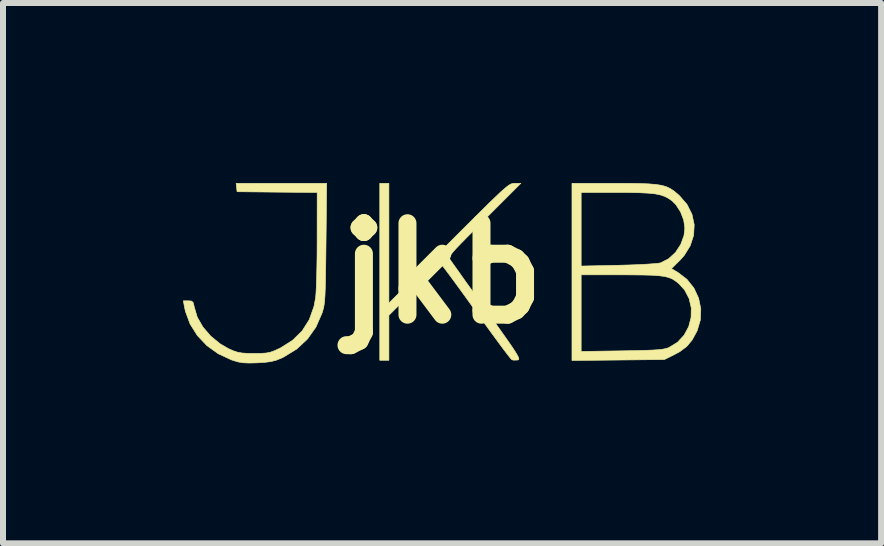
<source format=kicad_pcb>
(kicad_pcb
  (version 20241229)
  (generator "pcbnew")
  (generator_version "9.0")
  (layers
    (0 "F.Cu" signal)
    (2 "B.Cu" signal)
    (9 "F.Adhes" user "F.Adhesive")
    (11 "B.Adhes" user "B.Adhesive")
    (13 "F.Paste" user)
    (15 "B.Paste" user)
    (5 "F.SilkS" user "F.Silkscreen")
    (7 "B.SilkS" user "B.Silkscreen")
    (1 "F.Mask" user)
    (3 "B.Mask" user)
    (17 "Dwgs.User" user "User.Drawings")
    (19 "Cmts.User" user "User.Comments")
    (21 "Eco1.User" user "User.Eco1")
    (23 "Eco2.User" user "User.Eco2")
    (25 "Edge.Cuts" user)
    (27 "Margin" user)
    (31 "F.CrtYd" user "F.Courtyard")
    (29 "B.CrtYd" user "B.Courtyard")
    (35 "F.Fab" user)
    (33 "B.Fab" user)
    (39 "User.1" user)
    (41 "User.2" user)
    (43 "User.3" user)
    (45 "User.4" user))
  (footprint "jkb"
    (layer "F.Cu")
    (at 4.321 1.505)
    (property "Reference" "jkb" (at 0 0 0) (layer "F.SilkS") (effects (font (size 1.524 1.524) (thickness 0.3))))
    (attr through_hole)
    (fp_poly (pts (xy -1.938 -0.502) (xy -1.941 -0.249) (xy -1.944 -0.041) (xy -1.947 0.128) (xy -1.951 0.262) (xy -1.955 0.367) (xy -1.961 0.45) (xy -1.968 0.514) (xy -1.977 0.567) (xy -1.989 0.613) (xy -2.002 0.658) (xy -2.005 0.665) (xy -2.106 0.896) (xy -2.247 1.095) (xy -2.426 1.262) (xy -2.642 1.394) (xy -2.683 1.414) (xy -2.771 1.449) (xy -2.858 1.471) (xy -2.962 1.484) (xy -3.089 1.492) (xy -3.218 1.495) (xy -3.315 1.491) (xy -3.397 1.478) (xy -3.482 1.453) (xy -3.515 1.442) (xy -3.733 1.341) (xy -3.924 1.204) (xy -4.082 1.037) (xy -4.203 0.845) (xy -4.281 0.634) (xy -4.294 0.574) (xy -4.316 0.458) (xy -4.233 0.458) (xy -4.18 0.462) (xy -4.153 0.485) (xy -4.138 0.54) (xy -4.134 0.561) (xy -4.084 0.73) (xy -3.99 0.894) (xy -3.861 1.045) (xy -3.705 1.173) (xy -3.566 1.254) (xy -3.481 1.292) (xy -3.411 1.315) (xy -3.338 1.328) (xy -3.245 1.334) (xy -3.139 1.335) (xy -3.019 1.334) (xy -2.933 1.328) (xy -2.863 1.314) (xy -2.793 1.288) (xy -2.705 1.247) (xy -2.691 1.24) (xy -2.495 1.116) (xy -2.336 0.96) (xy -2.217 0.772) (xy -2.139 0.553) (xy -2.111 0.405) (xy -2.105 0.332) (xy -2.099 0.215) (xy -2.094 0.064) (xy -2.09 -0.112) (xy -2.087 -0.307) (xy -2.086 -0.511) (xy -2.086 -0.565) (xy -2.085 -1.347) (xy -2.752 -1.353) (xy -3.42 -1.36) (xy -3.428 -1.43) (xy -3.436 -1.5) (xy -1.927 -1.5) (xy -1.938 -0.502)) (stroke (width 0.01) (type solid)) (fill yes) (layer "F.SilkS"))
    (fp_poly (pts (xy -0.89 0.496) (xy 0.108 -0.502) (xy 0.323 -0.717) (xy 0.505 -0.898) (xy 0.657 -1.049) (xy 0.782 -1.173) (xy 0.884 -1.271) (xy 0.965 -1.348) (xy 1.029 -1.405) (xy 1.078 -1.446) (xy 1.116 -1.473) (xy 1.146 -1.489) (xy 1.17 -1.497) (xy 1.192 -1.5) (xy 1.208 -1.5) (xy 1.309 -1.5) (xy 0.701 -0.892) (xy 0.538 -0.728) (xy 0.407 -0.596) (xy 0.305 -0.492) (xy 0.229 -0.413) (xy 0.176 -0.353) (xy 0.142 -0.31) (xy 0.125 -0.28) (xy 0.12 -0.257) (xy 0.124 -0.24) (xy 0.133 -0.224) (xy 0.156 -0.191) (xy 0.206 -0.121) (xy 0.278 -0.02) (xy 0.369 0.109) (xy 0.476 0.258) (xy 0.595 0.425) (xy 0.723 0.604) (xy 0.746 0.636) (xy 0.891 0.839) (xy 1.009 1.005) (xy 1.102 1.137) (xy 1.172 1.239) (xy 1.222 1.316) (xy 1.255 1.371) (xy 1.272 1.407) (xy 1.276 1.429) (xy 1.27 1.44) (xy 1.256 1.445) (xy 1.255 1.445) (xy 1.193 1.447) (xy 1.159 1.441) (xy 1.138 1.418) (xy 1.091 1.359) (xy 1.021 1.267) (xy 0.932 1.147) (xy 0.827 1.004) (xy 0.71 0.843) (xy 0.584 0.668) (xy 0.562 0.638) (xy 0.436 0.462) (xy 0.318 0.299) (xy 0.213 0.155) (xy 0.123 0.033) (xy 0.052 -0.062) (xy 0.003 -0.125) (xy -0.02 -0.152) (xy -0.021 -0.153) (xy -0.043 -0.135) (xy -0.096 -0.087) (xy -0.174 -0.012) (xy -0.273 0.083) (xy -0.386 0.195) (xy -0.464 0.274) (xy -0.89 0.7) (xy -0.89 1.449) (xy -1.042 1.449) (xy -1.042 -1.5) (xy -0.89 -1.5) (xy -0.89 0.496)) (stroke (width 0.01) (type solid)) (fill yes) (layer "F.SilkS"))
    (fp_poly (pts (xy 3.091 -1.5) (xy 3.283 -1.497) (xy 3.436 -1.491) (xy 3.558 -1.481) (xy 3.655 -1.466) (xy 3.732 -1.444) (xy 3.798 -1.413) (xy 3.858 -1.374) (xy 3.918 -1.324) (xy 3.951 -1.295) (xy 4.079 -1.147) (xy 4.161 -0.983) (xy 4.198 -0.81) (xy 4.188 -0.633) (xy 4.132 -0.46) (xy 4.031 -0.297) (xy 3.965 -0.223) (xy 3.819 -0.078) (xy 3.928 -0.014) (xy 4.078 0.101) (xy 4.194 0.247) (xy 4.271 0.413) (xy 4.308 0.592) (xy 4.301 0.776) (xy 4.248 0.955) (xy 4.243 0.966) (xy 4.164 1.11) (xy 4.075 1.218) (xy 3.96 1.304) (xy 3.87 1.353) (xy 3.701 1.437) (xy 2.161 1.453) (xy 2.161 0.025) (xy 2.314 0.025) (xy 2.314 1.302) (xy 2.994 1.292) (xy 3.205 1.288) (xy 3.372 1.284) (xy 3.501 1.279) (xy 3.598 1.273) (xy 3.67 1.265) (xy 3.723 1.254) (xy 3.764 1.242) (xy 3.776 1.237) (xy 3.92 1.149) (xy 4.03 1.03) (xy 4.106 0.889) (xy 4.146 0.735) (xy 4.149 0.576) (xy 4.113 0.42) (xy 4.038 0.277) (xy 3.939 0.169) (xy 3.888 0.129) (xy 3.837 0.096) (xy 3.78 0.072) (xy 3.71 0.053) (xy 3.62 0.041) (xy 3.504 0.032) (xy 3.356 0.028) (xy 3.169 0.026) (xy 2.978 0.025) (xy 2.314 0.025) (xy 2.161 0.025) (xy 2.161 -1.348) (xy 2.314 -1.348) (xy 2.314 -0.121) (xy 2.93 -0.134) (xy 3.108 -0.139) (xy 3.272 -0.145) (xy 3.417 -0.153) (xy 3.532 -0.161) (xy 3.61 -0.169) (xy 3.636 -0.174) (xy 3.769 -0.241) (xy 3.885 -0.347) (xy 3.973 -0.48) (xy 4.028 -0.63) (xy 4.042 -0.751) (xy 4.023 -0.888) (xy 3.97 -1.025) (xy 3.892 -1.145) (xy 3.825 -1.211) (xy 3.766 -1.251) (xy 3.704 -1.283) (xy 3.632 -1.307) (xy 3.543 -1.325) (xy 3.43 -1.336) (xy 3.286 -1.343) (xy 3.105 -1.347) (xy 2.907 -1.348) (xy 2.314 -1.348) (xy 2.161 -1.348) (xy 2.161 -1.5) (xy 2.856 -1.5) (xy 3.091 -1.5)) (stroke (width 0.01) (type solid)) (fill yes) (layer "F.SilkS")))
  (gr_rect
    (start -3 -3)
    (end 11.634 6.005)
    (stroke (width 0.1) (type default))
    (fill no)
    (layer "Edge.Cuts")))
</source>
